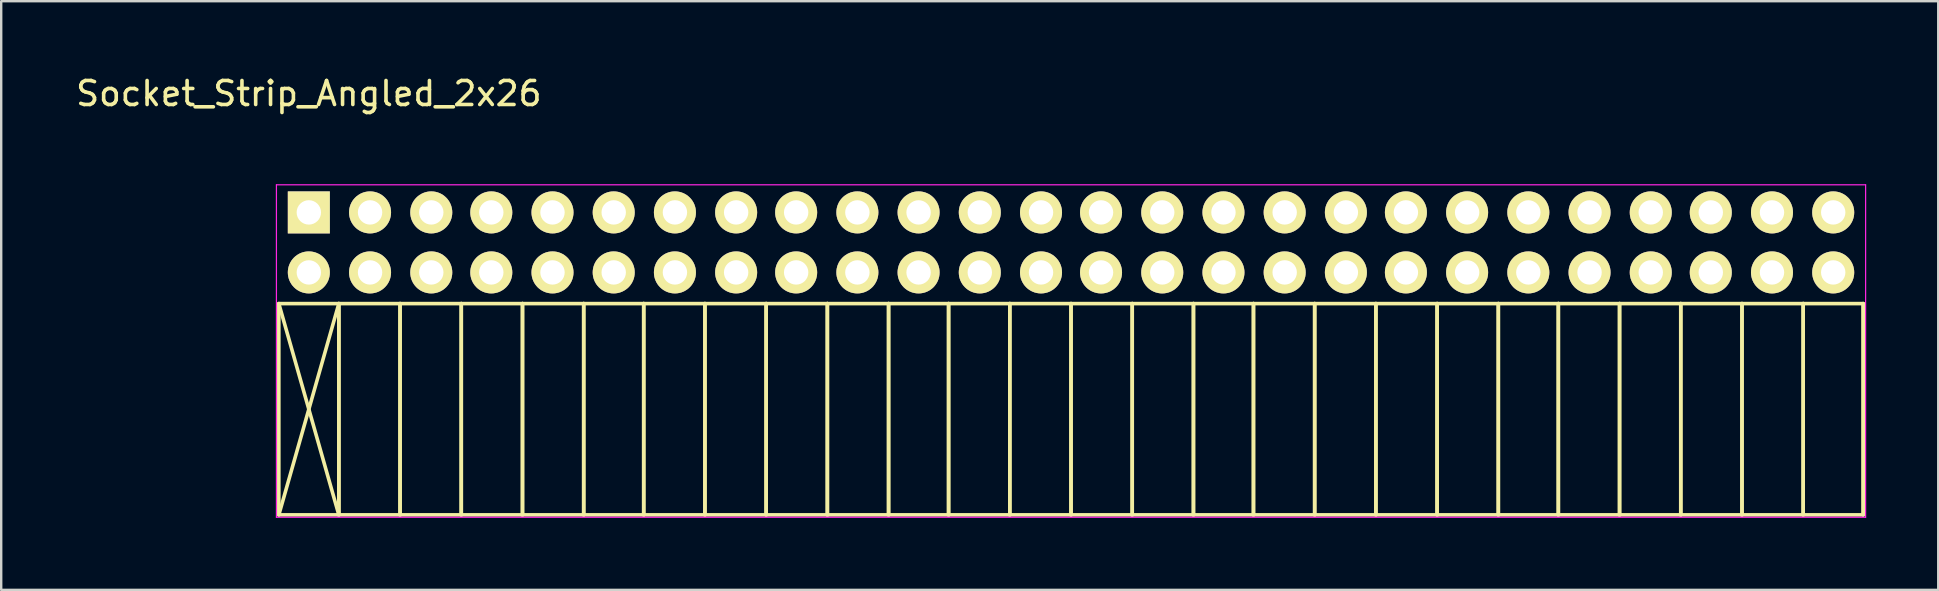
<source format=kicad_pcb>
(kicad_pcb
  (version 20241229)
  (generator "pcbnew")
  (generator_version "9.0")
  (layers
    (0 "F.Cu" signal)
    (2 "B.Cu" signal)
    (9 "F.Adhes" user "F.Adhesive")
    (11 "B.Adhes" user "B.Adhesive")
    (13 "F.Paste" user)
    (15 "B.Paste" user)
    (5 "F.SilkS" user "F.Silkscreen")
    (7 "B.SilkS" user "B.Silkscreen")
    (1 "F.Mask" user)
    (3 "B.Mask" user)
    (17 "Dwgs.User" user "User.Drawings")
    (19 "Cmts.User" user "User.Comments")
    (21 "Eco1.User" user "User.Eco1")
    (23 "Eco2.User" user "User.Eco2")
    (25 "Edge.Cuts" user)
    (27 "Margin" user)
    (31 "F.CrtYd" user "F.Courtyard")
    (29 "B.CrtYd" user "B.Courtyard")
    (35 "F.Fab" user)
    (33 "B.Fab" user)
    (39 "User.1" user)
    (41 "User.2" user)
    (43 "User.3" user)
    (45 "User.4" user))
  (footprint "Socket_Strip_Angled_2x26"
    (layer "F.Cu")
    (at 9.815 5.798)
    (property "Reference" "Socket_Strip_Angled_2x26" (at 0 -4.95 0) (layer "F.SilkS") (effects (font (size 1 1) (thickness 0.15))))
    (attr through_hole)
    (fp_line (start -1.25 3.8) (end -1.25 12.6) (stroke (width 0.15) (type solid)) (layer "F.SilkS"))
    (fp_line (start -1.25 3.8) (end 1.25 3.8) (stroke (width 0.15) (type solid)) (layer "F.SilkS"))
    (fp_line (start -1.25 3.8) (end 1.25 12.6) (stroke (width 0.15) (type solid)) (layer "F.SilkS"))
    (fp_line (start -1.25 12.6) (end 1.25 3.8) (stroke (width 0.15) (type solid)) (layer "F.SilkS"))
    (fp_line (start -1.25 12.6) (end 1.25 12.6) (stroke (width 0.15) (type solid)) (layer "F.SilkS"))
    (fp_line (start 1.25 3.8) (end 1.25 12.6) (stroke (width 0.15) (type solid)) (layer "F.SilkS"))
    (fp_line (start 1.25 3.8) (end 3.8 3.8) (stroke (width 0.15) (type solid)) (layer "F.SilkS"))
    (fp_line (start 1.25 12.6) (end 1.25 3.8) (stroke (width 0.15) (type solid)) (layer "F.SilkS"))
    (fp_line (start 1.25 12.6) (end 3.8 12.6) (stroke (width 0.15) (type solid)) (layer "F.SilkS"))
    (fp_line (start 3.8 3.8) (end 3.8 12.6) (stroke (width 0.15) (type solid)) (layer "F.SilkS"))
    (fp_line (start 3.8 3.8) (end 6.35 3.8) (stroke (width 0.15) (type solid)) (layer "F.SilkS"))
    (fp_line (start 3.8 12.6) (end 3.8 3.8) (stroke (width 0.15) (type solid)) (layer "F.SilkS"))
    (fp_line (start 3.8 12.6) (end 6.35 12.6) (stroke (width 0.15) (type solid)) (layer "F.SilkS"))
    (fp_line (start 6.35 3.8) (end 6.35 12.6) (stroke (width 0.15) (type solid)) (layer "F.SilkS"))
    (fp_line (start 6.35 3.8) (end 8.9 3.8) (stroke (width 0.15) (type solid)) (layer "F.SilkS"))
    (fp_line (start 6.35 12.6) (end 6.35 3.8) (stroke (width 0.15) (type solid)) (layer "F.SilkS"))
    (fp_line (start 6.35 12.6) (end 8.9 12.6) (stroke (width 0.15) (type solid)) (layer "F.SilkS"))
    (fp_line (start 8.9 3.8) (end 8.9 12.6) (stroke (width 0.15) (type solid)) (layer "F.SilkS"))
    (fp_line (start 8.9 3.8) (end 11.45 3.8) (stroke (width 0.15) (type solid)) (layer "F.SilkS"))
    (fp_line (start 8.9 12.6) (end 8.9 3.8) (stroke (width 0.15) (type solid)) (layer "F.SilkS"))
    (fp_line (start 8.9 12.6) (end 11.45 12.6) (stroke (width 0.15) (type solid)) (layer "F.SilkS"))
    (fp_line (start 11.45 3.8) (end 11.45 12.6) (stroke (width 0.15) (type solid)) (layer "F.SilkS"))
    (fp_line (start 11.45 3.8) (end 13.95 3.8) (stroke (width 0.15) (type solid)) (layer "F.SilkS"))
    (fp_line (start 11.45 12.6) (end 11.45 3.8) (stroke (width 0.15) (type solid)) (layer "F.SilkS"))
    (fp_line (start 11.45 12.6) (end 13.95 12.6) (stroke (width 0.15) (type solid)) (layer "F.SilkS"))
    (fp_line (start 13.95 3.8) (end 13.95 12.6) (stroke (width 0.15) (type solid)) (layer "F.SilkS"))
    (fp_line (start 13.95 3.8) (end 16.5 3.8) (stroke (width 0.15) (type solid)) (layer "F.SilkS"))
    (fp_line (start 13.95 12.6) (end 13.95 3.8) (stroke (width 0.15) (type solid)) (layer "F.SilkS"))
    (fp_line (start 13.95 12.6) (end 16.5 12.6) (stroke (width 0.15) (type solid)) (layer "F.SilkS"))
    (fp_line (start 16.5 3.8) (end 16.5 12.6) (stroke (width 0.15) (type solid)) (layer "F.SilkS"))
    (fp_line (start 16.5 3.8) (end 19.05 3.8) (stroke (width 0.15) (type solid)) (layer "F.SilkS"))
    (fp_line (start 16.5 12.6) (end 16.5 3.8) (stroke (width 0.15) (type solid)) (layer "F.SilkS"))
    (fp_line (start 16.5 12.6) (end 19.05 12.6) (stroke (width 0.15) (type solid)) (layer "F.SilkS"))
    (fp_line (start 19.05 3.8) (end 19.05 12.6) (stroke (width 0.15) (type solid)) (layer "F.SilkS"))
    (fp_line (start 19.05 3.8) (end 21.6 3.8) (stroke (width 0.15) (type solid)) (layer "F.SilkS"))
    (fp_line (start 19.05 12.6) (end 19.05 3.8) (stroke (width 0.15) (type solid)) (layer "F.SilkS"))
    (fp_line (start 19.05 12.6) (end 21.6 12.6) (stroke (width 0.15) (type solid)) (layer "F.SilkS"))
    (fp_line (start 21.6 3.8) (end 21.6 12.6) (stroke (width 0.15) (type solid)) (layer "F.SilkS"))
    (fp_line (start 21.6 3.8) (end 24.15 3.8) (stroke (width 0.15) (type solid)) (layer "F.SilkS"))
    (fp_line (start 21.6 12.6) (end 21.6 3.8) (stroke (width 0.15) (type solid)) (layer "F.SilkS"))
    (fp_line (start 21.6 12.6) (end 24.15 12.6) (stroke (width 0.15) (type solid)) (layer "F.SilkS"))
    (fp_line (start 24.15 3.8) (end 24.15 12.6) (stroke (width 0.15) (type solid)) (layer "F.SilkS"))
    (fp_line (start 24.15 3.8) (end 26.65 3.8) (stroke (width 0.15) (type solid)) (layer "F.SilkS"))
    (fp_line (start 24.15 12.6) (end 24.15 3.8) (stroke (width 0.15) (type solid)) (layer "F.SilkS"))
    (fp_line (start 24.15 12.6) (end 26.65 12.6) (stroke (width 0.15) (type solid)) (layer "F.SilkS"))
    (fp_line (start 26.65 3.8) (end 26.65 12.6) (stroke (width 0.15) (type solid)) (layer "F.SilkS"))
    (fp_line (start 26.65 3.8) (end 29.2 3.8) (stroke (width 0.15) (type solid)) (layer "F.SilkS"))
    (fp_line (start 26.65 12.6) (end 26.65 3.8) (stroke (width 0.15) (type solid)) (layer "F.SilkS"))
    (fp_line (start 26.65 12.6) (end 29.2 12.6) (stroke (width 0.15) (type solid)) (layer "F.SilkS"))
    (fp_line (start 29.2 3.8) (end 29.2 12.6) (stroke (width 0.15) (type solid)) (layer "F.SilkS"))
    (fp_line (start 29.2 3.8) (end 31.75 3.8) (stroke (width 0.15) (type solid)) (layer "F.SilkS"))
    (fp_line (start 29.2 12.6) (end 29.2 3.8) (stroke (width 0.15) (type solid)) (layer "F.SilkS"))
    (fp_line (start 29.2 12.6) (end 31.75 12.6) (stroke (width 0.15) (type solid)) (layer "F.SilkS"))
    (fp_line (start 31.75 3.8) (end 31.75 12.6) (stroke (width 0.15) (type solid)) (layer "F.SilkS"))
    (fp_line (start 31.75 3.8) (end 34.3 3.8) (stroke (width 0.15) (type solid)) (layer "F.SilkS"))
    (fp_line (start 31.75 12.6) (end 31.75 3.8) (stroke (width 0.15) (type solid)) (layer "F.SilkS"))
    (fp_line (start 31.75 12.6) (end 34.3 12.6) (stroke (width 0.15) (type solid)) (layer "F.SilkS"))
    (fp_line (start 34.3 3.8) (end 34.3 12.6) (stroke (width 0.15) (type solid)) (layer "F.SilkS"))
    (fp_line (start 34.3 3.8) (end 36.85 3.8) (stroke (width 0.15) (type solid)) (layer "F.SilkS"))
    (fp_line (start 34.3 12.6) (end 34.3 3.8) (stroke (width 0.15) (type solid)) (layer "F.SilkS"))
    (fp_line (start 34.3 12.6) (end 36.85 12.6) (stroke (width 0.15) (type solid)) (layer "F.SilkS"))
    (fp_line (start 36.85 3.8) (end 36.85 12.6) (stroke (width 0.15) (type solid)) (layer "F.SilkS"))
    (fp_line (start 36.85 3.8) (end 39.35 3.8) (stroke (width 0.15) (type solid)) (layer "F.SilkS"))
    (fp_line (start 36.85 12.6) (end 36.85 3.8) (stroke (width 0.15) (type solid)) (layer "F.SilkS"))
    (fp_line (start 36.85 12.6) (end 39.35 12.6) (stroke (width 0.15) (type solid)) (layer "F.SilkS"))
    (fp_line (start 39.35 3.8) (end 39.35 12.6) (stroke (width 0.15) (type solid)) (layer "F.SilkS"))
    (fp_line (start 39.35 3.8) (end 41.9 3.8) (stroke (width 0.15) (type solid)) (layer "F.SilkS"))
    (fp_line (start 39.35 12.6) (end 39.35 3.8) (stroke (width 0.15) (type solid)) (layer "F.SilkS"))
    (fp_line (start 39.35 12.6) (end 41.9 12.6) (stroke (width 0.15) (type solid)) (layer "F.SilkS"))
    (fp_line (start 41.9 3.8) (end 41.9 12.6) (stroke (width 0.15) (type solid)) (layer "F.SilkS"))
    (fp_line (start 41.9 3.8) (end 44.45 3.8) (stroke (width 0.15) (type solid)) (layer "F.SilkS"))
    (fp_line (start 41.9 12.6) (end 41.9 3.8) (stroke (width 0.15) (type solid)) (layer "F.SilkS"))
    (fp_line (start 41.9 12.6) (end 44.45 12.6) (stroke (width 0.15) (type solid)) (layer "F.SilkS"))
    (fp_line (start 44.45 3.8) (end 44.45 12.6) (stroke (width 0.15) (type solid)) (layer "F.SilkS"))
    (fp_line (start 44.45 3.8) (end 47 3.8) (stroke (width 0.15) (type solid)) (layer "F.SilkS"))
    (fp_line (start 44.45 12.6) (end 44.45 3.8) (stroke (width 0.15) (type solid)) (layer "F.SilkS"))
    (fp_line (start 44.45 12.6) (end 47 12.6) (stroke (width 0.15) (type solid)) (layer "F.SilkS"))
    (fp_line (start 47 3.8) (end 47 12.6) (stroke (width 0.15) (type solid)) (layer "F.SilkS"))
    (fp_line (start 47 3.8) (end 49.55 3.8) (stroke (width 0.15) (type solid)) (layer "F.SilkS"))
    (fp_line (start 47 12.6) (end 47 3.8) (stroke (width 0.15) (type solid)) (layer "F.SilkS"))
    (fp_line (start 47 12.6) (end 49.55 12.6) (stroke (width 0.15) (type solid)) (layer "F.SilkS"))
    (fp_line (start 49.55 3.8) (end 49.55 12.6) (stroke (width 0.15) (type solid)) (layer "F.SilkS"))
    (fp_line (start 49.55 3.8) (end 52.05 3.8) (stroke (width 0.15) (type solid)) (layer "F.SilkS"))
    (fp_line (start 49.55 12.6) (end 49.55 3.8) (stroke (width 0.15) (type solid)) (layer "F.SilkS"))
    (fp_line (start 49.55 12.6) (end 52.05 12.6) (stroke (width 0.15) (type solid)) (layer "F.SilkS"))
    (fp_line (start 52.05 3.8) (end 52.05 12.6) (stroke (width 0.15) (type solid)) (layer "F.SilkS"))
    (fp_line (start 52.05 3.8) (end 54.6 3.8) (stroke (width 0.15) (type solid)) (layer "F.SilkS"))
    (fp_line (start 52.05 12.6) (end 52.05 3.8) (stroke (width 0.15) (type solid)) (layer "F.SilkS"))
    (fp_line (start 52.05 12.6) (end 54.6 12.6) (stroke (width 0.15) (type solid)) (layer "F.SilkS"))
    (fp_line (start 54.6 3.8) (end 54.6 12.6) (stroke (width 0.15) (type solid)) (layer "F.SilkS"))
    (fp_line (start 54.6 3.8) (end 57.15 3.8) (stroke (width 0.15) (type solid)) (layer "F.SilkS"))
    (fp_line (start 54.6 12.6) (end 54.6 3.8) (stroke (width 0.15) (type solid)) (layer "F.SilkS"))
    (fp_line (start 54.6 12.6) (end 57.15 12.6) (stroke (width 0.15) (type solid)) (layer "F.SilkS"))
    (fp_line (start 57.15 3.8) (end 57.15 12.6) (stroke (width 0.15) (type solid)) (layer "F.SilkS"))
    (fp_line (start 57.15 3.8) (end 59.7 3.8) (stroke (width 0.15) (type solid)) (layer "F.SilkS"))
    (fp_line (start 57.15 12.6) (end 57.15 3.8) (stroke (width 0.15) (type solid)) (layer "F.SilkS"))
    (fp_line (start 57.15 12.6) (end 59.7 12.6) (stroke (width 0.15) (type solid)) (layer "F.SilkS"))
    (fp_line (start 59.7 3.8) (end 59.7 12.6) (stroke (width 0.15) (type solid)) (layer "F.SilkS"))
    (fp_line (start 59.7 3.8) (end 62.25 3.8) (stroke (width 0.15) (type solid)) (layer "F.SilkS"))
    (fp_line (start 59.7 12.6) (end 59.7 3.8) (stroke (width 0.15) (type solid)) (layer "F.SilkS"))
    (fp_line (start 59.7 12.6) (end 62.25 12.6) (stroke (width 0.15) (type solid)) (layer "F.SilkS"))
    (fp_line (start 62.25 3.8) (end 62.25 12.6) (stroke (width 0.15) (type solid)) (layer "F.SilkS"))
    (fp_line (start 62.25 3.8) (end 64.75 3.8) (stroke (width 0.15) (type solid)) (layer "F.SilkS"))
    (fp_line (start 62.25 12.6) (end 62.25 3.8) (stroke (width 0.15) (type solid)) (layer "F.SilkS"))
    (fp_line (start 62.25 12.6) (end 64.75 12.6) (stroke (width 0.15) (type solid)) (layer "F.SilkS"))
    (fp_line (start 64.75 3.8) (end 64.75 12.6) (stroke (width 0.15) (type solid)) (layer "F.SilkS"))
    (fp_line (start 64.75 12.6) (end 64.75 3.8) (stroke (width 0.15) (type solid)) (layer "F.SilkS"))
    (fp_line (start -1.35 -1.15) (end -1.35 12.7) (stroke (width 0.05) (type solid)) (layer "F.CrtYd"))
    (fp_line (start -1.35 -1.15) (end 64.85 -1.15) (stroke (width 0.05) (type solid)) (layer "F.CrtYd"))
    (fp_line (start -1.35 12.7) (end 64.85 12.7) (stroke (width 0.05) (type solid)) (layer "F.CrtYd"))
    (fp_line (start 64.85 -1.15) (end 64.85 12.7) (stroke (width 0.05) (type solid)) (layer "F.CrtYd"))
    (pad "1" thru_hole rect (at 0 0) (size 1.75 1.75) (drill 1.016) (layers "*.Cu" "*.Mask" "F.SilkS"))
    (pad "2" thru_hole oval (at 0 2.5) (size 1.75 1.75) (drill 1.016) (layers "*.Cu" "*.Mask" "F.SilkS"))
    (pad "3" thru_hole oval (at 2.55 0) (size 1.75 1.75) (drill 1.016) (layers "*.Cu" "*.Mask" "F.SilkS"))
    (pad "4" thru_hole oval (at 2.55 2.5) (size 1.75 1.75) (drill 1.016) (layers "*.Cu" "*.Mask" "F.SilkS"))
    (pad "5" thru_hole oval (at 5.1 0) (size 1.75 1.75) (drill 1.016) (layers "*.Cu" "*.Mask" "F.SilkS"))
    (pad "6" thru_hole oval (at 5.1 2.5) (size 1.75 1.75) (drill 1.016) (layers "*.Cu" "*.Mask" "F.SilkS"))
    (pad "7" thru_hole oval (at 7.6 0) (size 1.75 1.75) (drill 1.016) (layers "*.Cu" "*.Mask" "F.SilkS"))
    (pad "8" thru_hole oval (at 7.6 2.5) (size 1.75 1.75) (drill 1.016) (layers "*.Cu" "*.Mask" "F.SilkS"))
    (pad "9" thru_hole oval (at 10.15 0) (size 1.75 1.75) (drill 1.016) (layers "*.Cu" "*.Mask" "F.SilkS"))
    (pad "10" thru_hole oval (at 10.15 2.5) (size 1.75 1.75) (drill 1.016) (layers "*.Cu" "*.Mask" "F.SilkS"))
    (pad "11" thru_hole oval (at 12.7 0) (size 1.75 1.75) (drill 1.016) (layers "*.Cu" "*.Mask" "F.SilkS"))
    (pad "12" thru_hole oval (at 12.7 2.5) (size 1.75 1.75) (drill 1.016) (layers "*.Cu" "*.Mask" "F.SilkS"))
    (pad "13" thru_hole oval (at 15.25 0) (size 1.75 1.75) (drill 1.016) (layers "*.Cu" "*.Mask" "F.SilkS"))
    (pad "14" thru_hole oval (at 15.25 2.5) (size 1.75 1.75) (drill 1.016) (layers "*.Cu" "*.Mask" "F.SilkS"))
    (pad "15" thru_hole oval (at 17.8 0) (size 1.75 1.75) (drill 1.016) (layers "*.Cu" "*.Mask" "F.SilkS"))
    (pad "16" thru_hole oval (at 17.8 2.5) (size 1.75 1.75) (drill 1.016) (layers "*.Cu" "*.Mask" "F.SilkS"))
    (pad "17" thru_hole oval (at 20.3 0) (size 1.75 1.75) (drill 1.016) (layers "*.Cu" "*.Mask" "F.SilkS"))
    (pad "18" thru_hole oval (at 20.3 2.5) (size 1.75 1.75) (drill 1.016) (layers "*.Cu" "*.Mask" "F.SilkS"))
    (pad "19" thru_hole oval (at 22.85 0) (size 1.75 1.75) (drill 1.016) (layers "*.Cu" "*.Mask" "F.SilkS"))
    (pad "20" thru_hole oval (at 22.85 2.5) (size 1.75 1.75) (drill 1.016) (layers "*.Cu" "*.Mask" "F.SilkS"))
    (pad "21" thru_hole oval (at 25.4 0) (size 1.75 1.75) (drill 1.016) (layers "*.Cu" "*.Mask" "F.SilkS"))
    (pad "22" thru_hole oval (at 25.4 2.5) (size 1.75 1.75) (drill 1.016) (layers "*.Cu" "*.Mask" "F.SilkS"))
    (pad "23" thru_hole oval (at 27.95 0) (size 1.75 1.75) (drill 1.016) (layers "*.Cu" "*.Mask" "F.SilkS"))
    (pad "24" thru_hole oval (at 27.95 2.5) (size 1.75 1.75) (drill 1.016) (layers "*.Cu" "*.Mask" "F.SilkS"))
    (pad "25" thru_hole oval (at 30.5 0) (size 1.75 1.75) (drill 1.016) (layers "*.Cu" "*.Mask" "F.SilkS"))
    (pad "26" thru_hole oval (at 30.5 2.5) (size 1.75 1.75) (drill 1.016) (layers "*.Cu" "*.Mask" "F.SilkS"))
    (pad "27" thru_hole oval (at 33 0) (size 1.75 1.75) (drill 1.016) (layers "*.Cu" "*.Mask" "F.SilkS"))
    (pad "28" thru_hole oval (at 33 2.5) (size 1.75 1.75) (drill 1.016) (layers "*.Cu" "*.Mask" "F.SilkS"))
    (pad "29" thru_hole oval (at 35.55 0) (size 1.75 1.75) (drill 1.016) (layers "*.Cu" "*.Mask" "F.SilkS"))
    (pad "30" thru_hole oval (at 35.55 2.5) (size 1.75 1.75) (drill 1.016) (layers "*.Cu" "*.Mask" "F.SilkS"))
    (pad "31" thru_hole oval (at 38.1 0) (size 1.75 1.75) (drill 1.016) (layers "*.Cu" "*.Mask" "F.SilkS"))
    (pad "32" thru_hole oval (at 38.1 2.5) (size 1.75 1.75) (drill 1.016) (layers "*.Cu" "*.Mask" "F.SilkS"))
    (pad "33" thru_hole oval (at 40.65 0) (size 1.75 1.75) (drill 1.016) (layers "*.Cu" "*.Mask" "F.SilkS"))
    (pad "34" thru_hole oval (at 40.65 2.5) (size 1.75 1.75) (drill 1.016) (layers "*.Cu" "*.Mask" "F.SilkS"))
    (pad "35" thru_hole oval (at 43.2 0) (size 1.75 1.75) (drill 1.016) (layers "*.Cu" "*.Mask" "F.SilkS"))
    (pad "36" thru_hole oval (at 43.2 2.5) (size 1.75 1.75) (drill 1.016) (layers "*.Cu" "*.Mask" "F.SilkS"))
    (pad "37" thru_hole oval (at 45.7 0) (size 1.75 1.75) (drill 1.016) (layers "*.Cu" "*.Mask" "F.SilkS"))
    (pad "38" thru_hole oval (at 45.7 2.5) (size 1.75 1.75) (drill 1.016) (layers "*.Cu" "*.Mask" "F.SilkS"))
    (pad "39" thru_hole oval (at 48.25 0) (size 1.75 1.75) (drill 1.016) (layers "*.Cu" "*.Mask" "F.SilkS"))
    (pad "40" thru_hole oval (at 48.25 2.5) (size 1.75 1.75) (drill 1.016) (layers "*.Cu" "*.Mask" "F.SilkS"))
    (pad "41" thru_hole oval (at 50.8 0) (size 1.75 1.75) (drill 1.016) (layers "*.Cu" "*.Mask" "F.SilkS"))
    (pad "42" thru_hole oval (at 50.8 2.5) (size 1.75 1.75) (drill 1.016) (layers "*.Cu" "*.Mask" "F.SilkS"))
    (pad "43" thru_hole oval (at 53.35 0) (size 1.75 1.75) (drill 1.016) (layers "*.Cu" "*.Mask" "F.SilkS"))
    (pad "44" thru_hole oval (at 53.35 2.5) (size 1.75 1.75) (drill 1.016) (layers "*.Cu" "*.Mask" "F.SilkS"))
    (pad "45" thru_hole oval (at 55.9 0) (size 1.75 1.75) (drill 1.016) (layers "*.Cu" "*.Mask" "F.SilkS"))
    (pad "46" thru_hole oval (at 55.9 2.5) (size 1.75 1.75) (drill 1.016) (layers "*.Cu" "*.Mask" "F.SilkS"))
    (pad "47" thru_hole oval (at 58.4 0) (size 1.75 1.75) (drill 1.016) (layers "*.Cu" "*.Mask" "F.SilkS"))
    (pad "48" thru_hole oval (at 58.4 2.5) (size 1.75 1.75) (drill 1.016) (layers "*.Cu" "*.Mask" "F.SilkS"))
    (pad "49" thru_hole oval (at 60.95 0) (size 1.75 1.75) (drill 1.016) (layers "*.Cu" "*.Mask" "F.SilkS"))
    (pad "50" thru_hole oval (at 60.95 2.5) (size 1.75 1.75) (drill 1.016) (layers "*.Cu" "*.Mask" "F.SilkS"))
    (pad "51" thru_hole oval (at 63.5 0) (size 1.75 1.75) (drill 1.016) (layers "*.Cu" "*.Mask" "F.SilkS"))
    (pad "52" thru_hole oval (at 63.5 2.5) (size 1.75 1.75) (drill 1.016) (layers "*.Cu" "*.Mask" "F.SilkS")))
  (gr_rect
    (start -3 -3)
    (end 77.69 21.523)
    (stroke (width 0.1) (type default))
    (fill no)
    (layer "Edge.Cuts")))
</source>
